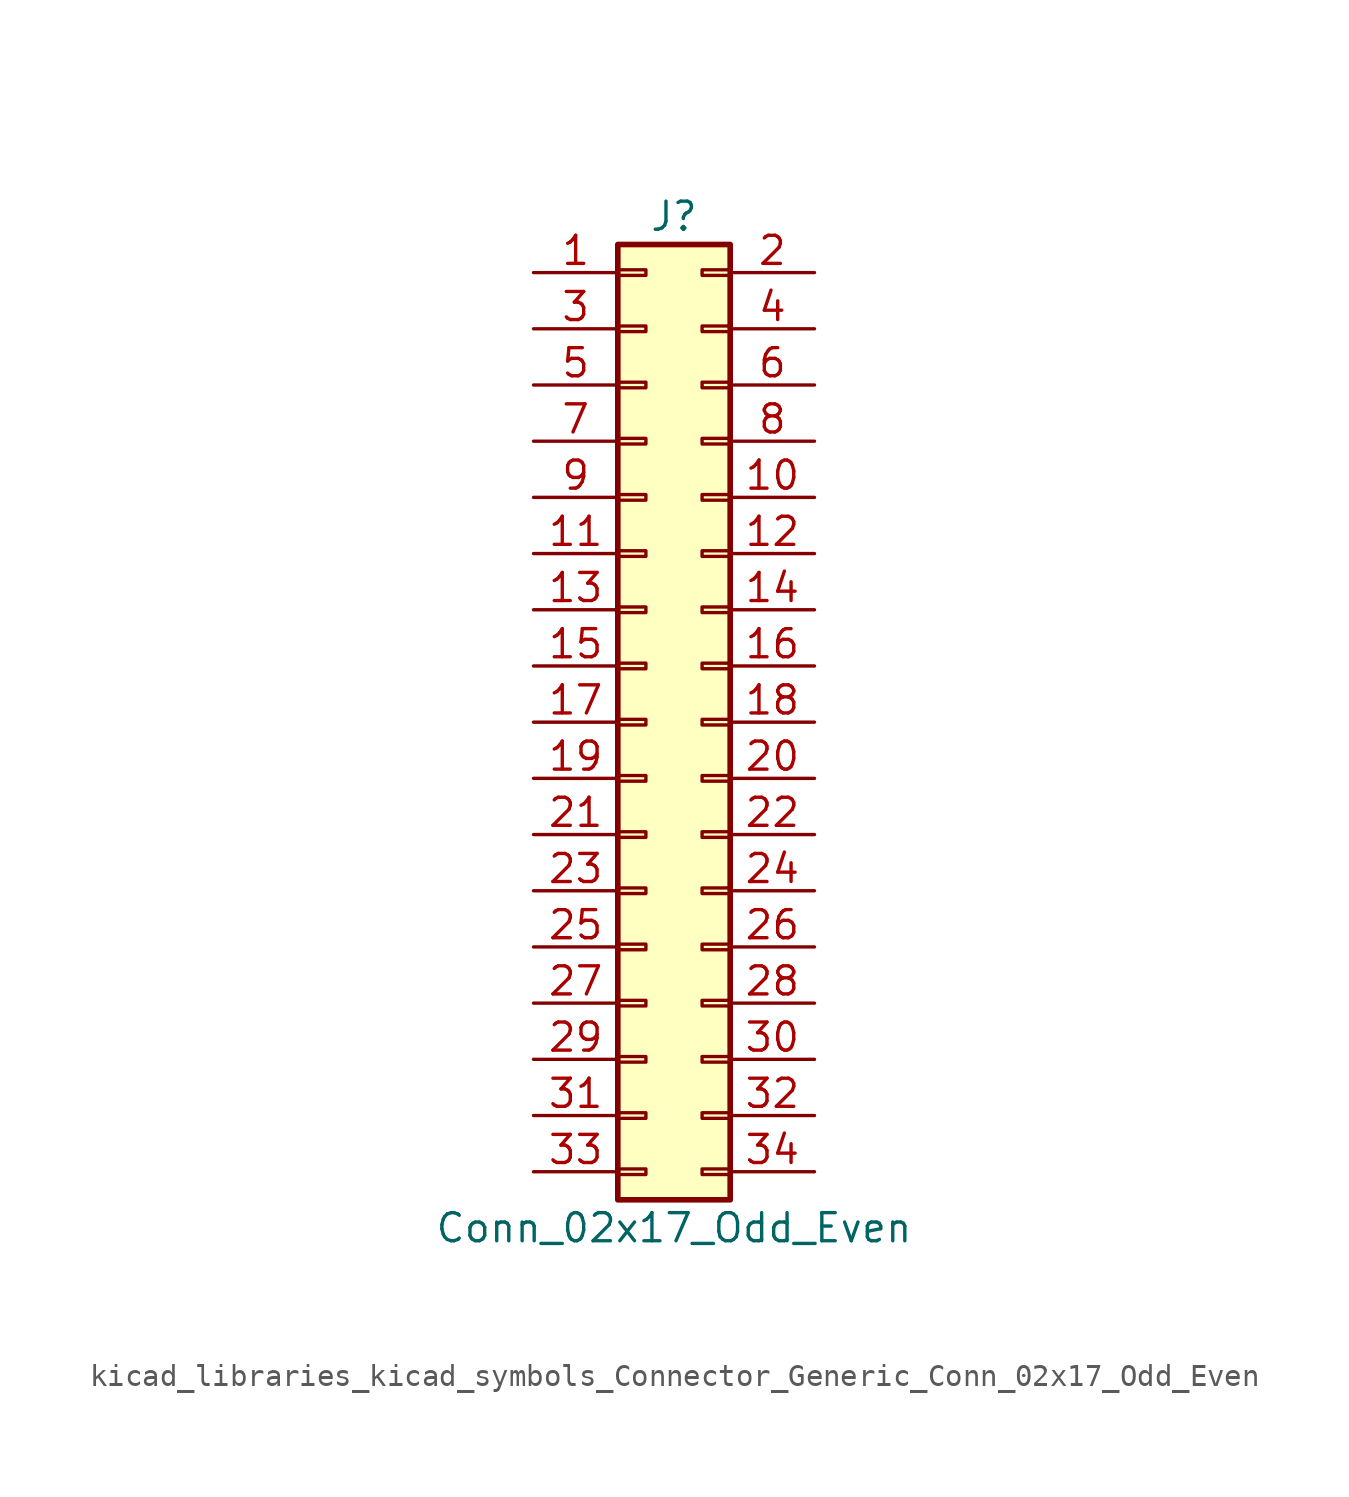
<source format=kicad_sym>
(kicad_symbol_lib
  (version 20220914)
  (generator kicad_symbol_editor)
  (symbol "kicad_libraries_kicad_symbols_Connector_Generic_Conn_02x17_Odd_Even"
    (pin_names
      (offset 1.016) hide)
    (property "Reference" "J"
      (at 1.27 22.86 0)
      (effects (font (size 1.27 1.27))))
    (property "Value" "Conn_02x17_Odd_Even"
      (at 1.27 -22.86 0)
      (effects (font (size 1.27 1.27))))
    (symbol "kicad_libraries_kicad_symbols_Connector_Generic_Conn_02x17_Odd_Even_1_1"
      (rectangle (start -1.27 -20.193) (end 0 -20.447) (stroke (width 0.152) (type default)) (fill (type none)))
      (rectangle (start -1.27 -17.653) (end 0 -17.907) (stroke (width 0.152) (type default)) (fill (type none)))
      (rectangle (start -1.27 -15.113) (end 0 -15.367) (stroke (width 0.152) (type default)) (fill (type none)))
      (rectangle (start -1.27 -12.573) (end 0 -12.827) (stroke (width 0.152) (type default)) (fill (type none)))
      (rectangle (start -1.27 -10.033) (end 0 -10.287) (stroke (width 0.152) (type default)) (fill (type none)))
      (rectangle (start -1.27 -7.493) (end 0 -7.747) (stroke (width 0.152) (type default)) (fill (type none)))
      (rectangle (start -1.27 -4.953) (end 0 -5.207) (stroke (width 0.152) (type default)) (fill (type none)))
      (rectangle (start -1.27 -2.413) (end 0 -2.667) (stroke (width 0.152) (type default)) (fill (type none)))
      (rectangle (start -1.27 0.127) (end 0 -0.127) (stroke (width 0.152) (type default)) (fill (type none)))
      (rectangle (start -1.27 2.667) (end 0 2.413) (stroke (width 0.152) (type default)) (fill (type none)))
      (rectangle (start -1.27 5.207) (end 0 4.953) (stroke (width 0.152) (type default)) (fill (type none)))
      (rectangle (start -1.27 7.747) (end 0 7.493) (stroke (width 0.152) (type default)) (fill (type none)))
      (rectangle (start -1.27 10.287) (end 0 10.033) (stroke (width 0.152) (type default)) (fill (type none)))
      (rectangle (start -1.27 12.827) (end 0 12.573) (stroke (width 0.152) (type default)) (fill (type none)))
      (rectangle (start -1.27 15.367) (end 0 15.113) (stroke (width 0.152) (type default)) (fill (type none)))
      (rectangle (start -1.27 17.907) (end 0 17.653) (stroke (width 0.152) (type default)) (fill (type none)))
      (rectangle (start -1.27 20.447) (end 0 20.193) (stroke (width 0.152) (type default)) (fill (type none)))
      (rectangle (start -1.27 21.59) (end 3.81 -21.59) (stroke (width 0.254) (type default)) (fill (type background)))
      (rectangle (start 3.81 -20.193) (end 2.54 -20.447) (stroke (width 0.152) (type default)) (fill (type none)))
      (rectangle (start 3.81 -17.653) (end 2.54 -17.907) (stroke (width 0.152) (type default)) (fill (type none)))
      (rectangle (start 3.81 -15.113) (end 2.54 -15.367) (stroke (width 0.152) (type default)) (fill (type none)))
      (rectangle (start 3.81 -12.573) (end 2.54 -12.827) (stroke (width 0.152) (type default)) (fill (type none)))
      (rectangle (start 3.81 -10.033) (end 2.54 -10.287) (stroke (width 0.152) (type default)) (fill (type none)))
      (rectangle (start 3.81 -7.493) (end 2.54 -7.747) (stroke (width 0.152) (type default)) (fill (type none)))
      (rectangle (start 3.81 -4.953) (end 2.54 -5.207) (stroke (width 0.152) (type default)) (fill (type none)))
      (rectangle (start 3.81 -2.413) (end 2.54 -2.667) (stroke (width 0.152) (type default)) (fill (type none)))
      (rectangle (start 3.81 0.127) (end 2.54 -0.127) (stroke (width 0.152) (type default)) (fill (type none)))
      (rectangle (start 3.81 2.667) (end 2.54 2.413) (stroke (width 0.152) (type default)) (fill (type none)))
      (rectangle (start 3.81 5.207) (end 2.54 4.953) (stroke (width 0.152) (type default)) (fill (type none)))
      (rectangle (start 3.81 7.747) (end 2.54 7.493) (stroke (width 0.152) (type default)) (fill (type none)))
      (rectangle (start 3.81 10.287) (end 2.54 10.033) (stroke (width 0.152) (type default)) (fill (type none)))
      (rectangle (start 3.81 12.827) (end 2.54 12.573) (stroke (width 0.152) (type default)) (fill (type none)))
      (rectangle (start 3.81 15.367) (end 2.54 15.113) (stroke (width 0.152) (type default)) (fill (type none)))
      (rectangle (start 3.81 17.907) (end 2.54 17.653) (stroke (width 0.152) (type default)) (fill (type none)))
      (rectangle (start 3.81 20.447) (end 2.54 20.193) (stroke (width 0.152) (type default)) (fill (type none)))
      (pin passive line (at -5.08 20.32 0) (length 3.81) (name "Pin_1" (effects (font (size 1.27 1.27)))) (number "1" (effects (font (size 1.27 1.27)))))
      (pin passive line (at 7.62 10.16 180) (length 3.81) (name "Pin_10" (effects (font (size 1.27 1.27)))) (number "10" (effects (font (size 1.27 1.27)))))
      (pin passive line (at -5.08 7.62 0) (length 3.81) (name "Pin_11" (effects (font (size 1.27 1.27)))) (number "11" (effects (font (size 1.27 1.27)))))
      (pin passive line (at 7.62 7.62 180) (length 3.81) (name "Pin_12" (effects (font (size 1.27 1.27)))) (number "12" (effects (font (size 1.27 1.27)))))
      (pin passive line (at -5.08 5.08 0) (length 3.81) (name "Pin_13" (effects (font (size 1.27 1.27)))) (number "13" (effects (font (size 1.27 1.27)))))
      (pin passive line (at 7.62 5.08 180) (length 3.81) (name "Pin_14" (effects (font (size 1.27 1.27)))) (number "14" (effects (font (size 1.27 1.27)))))
      (pin passive line (at -5.08 2.54 0) (length 3.81) (name "Pin_15" (effects (font (size 1.27 1.27)))) (number "15" (effects (font (size 1.27 1.27)))))
      (pin passive line (at 7.62 2.54 180) (length 3.81) (name "Pin_16" (effects (font (size 1.27 1.27)))) (number "16" (effects (font (size 1.27 1.27)))))
      (pin passive line (at -5.08 0 0) (length 3.81) (name "Pin_17" (effects (font (size 1.27 1.27)))) (number "17" (effects (font (size 1.27 1.27)))))
      (pin passive line (at 7.62 0 180) (length 3.81) (name "Pin_18" (effects (font (size 1.27 1.27)))) (number "18" (effects (font (size 1.27 1.27)))))
      (pin passive line (at -5.08 -2.54 0) (length 3.81) (name "Pin_19" (effects (font (size 1.27 1.27)))) (number "19" (effects (font (size 1.27 1.27)))))
      (pin passive line (at 7.62 20.32 180) (length 3.81) (name "Pin_2" (effects (font (size 1.27 1.27)))) (number "2" (effects (font (size 1.27 1.27)))))
      (pin passive line (at 7.62 -2.54 180) (length 3.81) (name "Pin_20" (effects (font (size 1.27 1.27)))) (number "20" (effects (font (size 1.27 1.27)))))
      (pin passive line (at -5.08 -5.08 0) (length 3.81) (name "Pin_21" (effects (font (size 1.27 1.27)))) (number "21" (effects (font (size 1.27 1.27)))))
      (pin passive line (at 7.62 -5.08 180) (length 3.81) (name "Pin_22" (effects (font (size 1.27 1.27)))) (number "22" (effects (font (size 1.27 1.27)))))
      (pin passive line (at -5.08 -7.62 0) (length 3.81) (name "Pin_23" (effects (font (size 1.27 1.27)))) (number "23" (effects (font (size 1.27 1.27)))))
      (pin passive line (at 7.62 -7.62 180) (length 3.81) (name "Pin_24" (effects (font (size 1.27 1.27)))) (number "24" (effects (font (size 1.27 1.27)))))
      (pin passive line (at -5.08 -10.16 0) (length 3.81) (name "Pin_25" (effects (font (size 1.27 1.27)))) (number "25" (effects (font (size 1.27 1.27)))))
      (pin passive line (at 7.62 -10.16 180) (length 3.81) (name "Pin_26" (effects (font (size 1.27 1.27)))) (number "26" (effects (font (size 1.27 1.27)))))
      (pin passive line (at -5.08 -12.7 0) (length 3.81) (name "Pin_27" (effects (font (size 1.27 1.27)))) (number "27" (effects (font (size 1.27 1.27)))))
      (pin passive line (at 7.62 -12.7 180) (length 3.81) (name "Pin_28" (effects (font (size 1.27 1.27)))) (number "28" (effects (font (size 1.27 1.27)))))
      (pin passive line (at -5.08 -15.24 0) (length 3.81) (name "Pin_29" (effects (font (size 1.27 1.27)))) (number "29" (effects (font (size 1.27 1.27)))))
      (pin passive line (at -5.08 17.78 0) (length 3.81) (name "Pin_3" (effects (font (size 1.27 1.27)))) (number "3" (effects (font (size 1.27 1.27)))))
      (pin passive line (at 7.62 -15.24 180) (length 3.81) (name "Pin_30" (effects (font (size 1.27 1.27)))) (number "30" (effects (font (size 1.27 1.27)))))
      (pin passive line (at -5.08 -17.78 0) (length 3.81) (name "Pin_31" (effects (font (size 1.27 1.27)))) (number "31" (effects (font (size 1.27 1.27)))))
      (pin passive line (at 7.62 -17.78 180) (length 3.81) (name "Pin_32" (effects (font (size 1.27 1.27)))) (number "32" (effects (font (size 1.27 1.27)))))
      (pin passive line (at -5.08 -20.32 0) (length 3.81) (name "Pin_33" (effects (font (size 1.27 1.27)))) (number "33" (effects (font (size 1.27 1.27)))))
      (pin passive line (at 7.62 -20.32 180) (length 3.81) (name "Pin_34" (effects (font (size 1.27 1.27)))) (number "34" (effects (font (size 1.27 1.27)))))
      (pin passive line (at 7.62 17.78 180) (length 3.81) (name "Pin_4" (effects (font (size 1.27 1.27)))) (number "4" (effects (font (size 1.27 1.27)))))
      (pin passive line (at -5.08 15.24 0) (length 3.81) (name "Pin_5" (effects (font (size 1.27 1.27)))) (number "5" (effects (font (size 1.27 1.27)))))
      (pin passive line (at 7.62 15.24 180) (length 3.81) (name "Pin_6" (effects (font (size 1.27 1.27)))) (number "6" (effects (font (size 1.27 1.27)))))
      (pin passive line (at -5.08 12.7 0) (length 3.81) (name "Pin_7" (effects (font (size 1.27 1.27)))) (number "7" (effects (font (size 1.27 1.27)))))
      (pin passive line (at 7.62 12.7 180) (length 3.81) (name "Pin_8" (effects (font (size 1.27 1.27)))) (number "8" (effects (font (size 1.27 1.27)))))
      (pin passive line (at -5.08 10.16 0) (length 3.81) (name "Pin_9" (effects (font (size 1.27 1.27)))) (number "9" (effects (font (size 1.27 1.27))))))))
</source>
